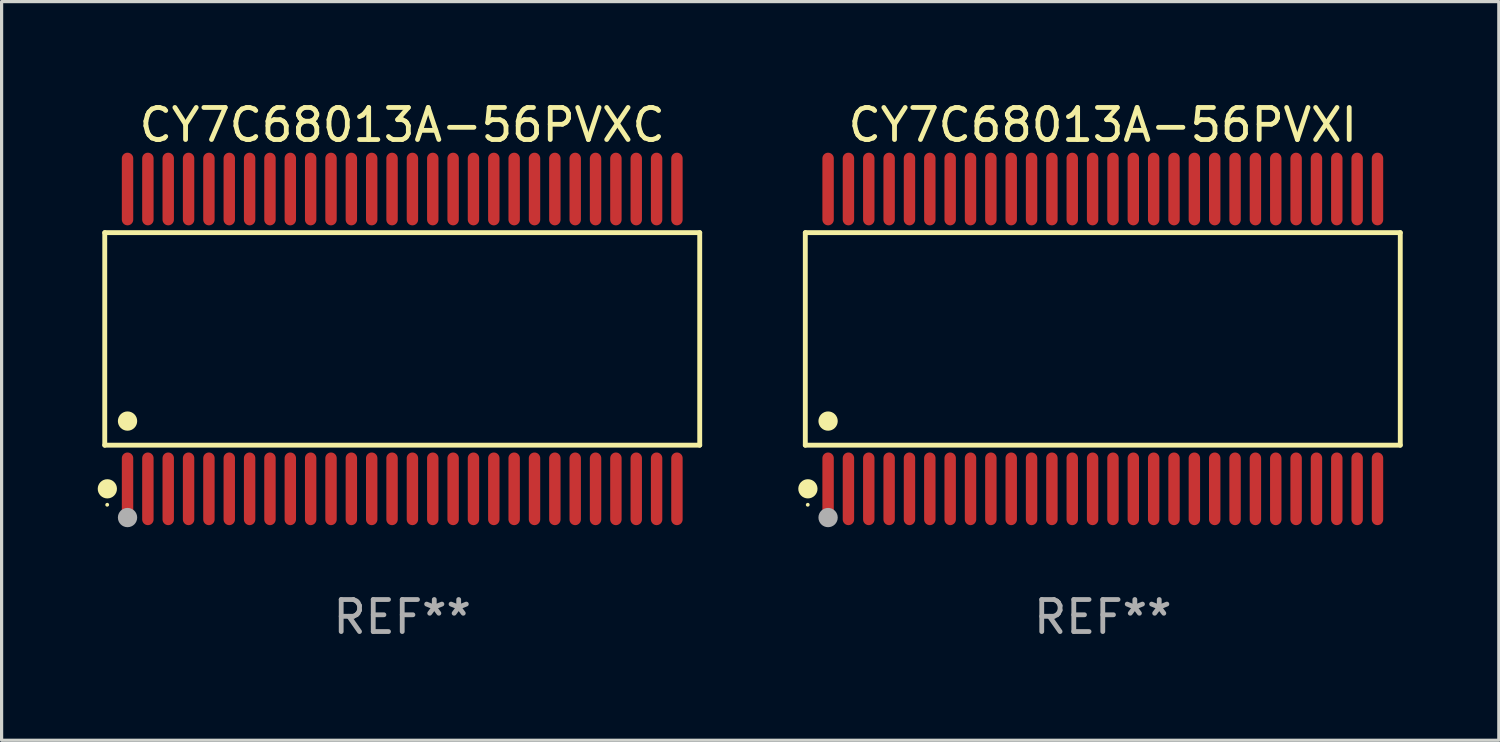
<source format=kicad_pcb>
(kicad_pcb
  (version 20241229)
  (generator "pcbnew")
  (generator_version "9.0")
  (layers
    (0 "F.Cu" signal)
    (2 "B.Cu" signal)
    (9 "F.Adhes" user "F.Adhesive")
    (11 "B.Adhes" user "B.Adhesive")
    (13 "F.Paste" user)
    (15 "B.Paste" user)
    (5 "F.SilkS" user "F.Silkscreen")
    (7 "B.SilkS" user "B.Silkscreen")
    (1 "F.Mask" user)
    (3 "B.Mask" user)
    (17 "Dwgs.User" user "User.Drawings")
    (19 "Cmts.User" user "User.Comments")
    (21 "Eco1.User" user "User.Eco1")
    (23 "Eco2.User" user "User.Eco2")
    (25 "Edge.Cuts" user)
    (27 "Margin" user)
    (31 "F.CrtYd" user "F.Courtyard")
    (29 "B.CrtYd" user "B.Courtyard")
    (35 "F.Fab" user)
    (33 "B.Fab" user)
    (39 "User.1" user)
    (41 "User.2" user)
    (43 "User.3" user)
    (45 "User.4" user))
  (footprint "CY7C68013A-56PVXC"
    (layer "F.Cu")
    (at 9.503 7.527)
    (property "Reference" "CY7C68013A-56PVXC" (at 0 -6.678 0) (layer "F.SilkS") (effects (font (size 1 1) (thickness 0.15))))
    (attr through_hole)
    (fp_line (start -9.284 -3.316) (end 9.284 -3.316) (stroke (width 0.152) (type solid)) (layer "F.SilkS"))
    (fp_line (start -9.284 3.316) (end -9.284 -3.316) (stroke (width 0.152) (type solid)) (layer "F.SilkS"))
    (fp_line (start 9.284 -3.316) (end 9.284 3.316) (stroke (width 0.152) (type solid)) (layer "F.SilkS"))
    (fp_line (start 9.284 3.316) (end -9.284 3.316) (stroke (width 0.152) (type solid)) (layer "F.SilkS"))
    (fp_circle (center -9.208 5.175) (end -9.178 5.175) (stroke (width 0.06) (type solid)) (fill no) (layer "F.SilkS"))
    (fp_circle (center -9.203 4.678) (end -9.053 4.678) (stroke (width 0.3) (type solid)) (fill no) (layer "F.SilkS"))
    (fp_circle (center -8.573 2.564) (end -8.422 2.564) (stroke (width 0.3) (type solid)) (fill no) (layer "F.SilkS"))
    (fp_circle (center -8.573 5.575) (end -8.422 5.575) (stroke (width 0.3) (type solid)) (fill no) (layer "F.Fab"))
    (fp_text user "REF**" (at 0 8.678 0) (layer "F.Fab") (effects (font (size 1 1) (thickness 0.15))))
    (pad "1" smd oval (at -8.573 4.678) (size 0.356 2.267) (layers "F.Cu" "F.Mask" "F.Paste"))
    (pad "2" smd oval (at -7.938 4.678) (size 0.356 2.267) (layers "F.Cu" "F.Mask" "F.Paste"))
    (pad "3" smd oval (at -7.303 4.678) (size 0.356 2.267) (layers "F.Cu" "F.Mask" "F.Paste"))
    (pad "4" smd oval (at -6.668 4.678) (size 0.356 2.267) (layers "F.Cu" "F.Mask" "F.Paste"))
    (pad "5" smd oval (at -6.033 4.678) (size 0.356 2.267) (layers "F.Cu" "F.Mask" "F.Paste"))
    (pad "6" smd oval (at -5.398 4.678) (size 0.356 2.267) (layers "F.Cu" "F.Mask" "F.Paste"))
    (pad "7" smd oval (at -4.763 4.678) (size 0.356 2.267) (layers "F.Cu" "F.Mask" "F.Paste"))
    (pad "8" smd oval (at -4.128 4.678) (size 0.356 2.267) (layers "F.Cu" "F.Mask" "F.Paste"))
    (pad "9" smd oval (at -3.493 4.678) (size 0.356 2.267) (layers "F.Cu" "F.Mask" "F.Paste"))
    (pad "10" smd oval (at -2.858 4.678) (size 0.356 2.267) (layers "F.Cu" "F.Mask" "F.Paste"))
    (pad "11" smd oval (at -2.223 4.678) (size 0.356 2.267) (layers "F.Cu" "F.Mask" "F.Paste"))
    (pad "12" smd oval (at -1.588 4.678) (size 0.356 2.267) (layers "F.Cu" "F.Mask" "F.Paste"))
    (pad "13" smd oval (at -0.953 4.678) (size 0.356 2.267) (layers "F.Cu" "F.Mask" "F.Paste"))
    (pad "14" smd oval (at -0.318 4.678) (size 0.356 2.267) (layers "F.Cu" "F.Mask" "F.Paste"))
    (pad "15" smd oval (at 0.318 4.678) (size 0.356 2.267) (layers "F.Cu" "F.Mask" "F.Paste"))
    (pad "16" smd oval (at 0.953 4.678) (size 0.356 2.267) (layers "F.Cu" "F.Mask" "F.Paste"))
    (pad "17" smd oval (at 1.588 4.678) (size 0.356 2.267) (layers "F.Cu" "F.Mask" "F.Paste"))
    (pad "18" smd oval (at 2.223 4.678) (size 0.356 2.267) (layers "F.Cu" "F.Mask" "F.Paste"))
    (pad "19" smd oval (at 2.858 4.678) (size 0.356 2.267) (layers "F.Cu" "F.Mask" "F.Paste"))
    (pad "20" smd oval (at 3.493 4.678) (size 0.356 2.267) (layers "F.Cu" "F.Mask" "F.Paste"))
    (pad "21" smd oval (at 4.128 4.678) (size 0.356 2.267) (layers "F.Cu" "F.Mask" "F.Paste"))
    (pad "22" smd oval (at 4.763 4.678) (size 0.356 2.267) (layers "F.Cu" "F.Mask" "F.Paste"))
    (pad "23" smd oval (at 5.398 4.678) (size 0.356 2.267) (layers "F.Cu" "F.Mask" "F.Paste"))
    (pad "24" smd oval (at 6.033 4.678) (size 0.356 2.267) (layers "F.Cu" "F.Mask" "F.Paste"))
    (pad "25" smd oval (at 6.668 4.678) (size 0.356 2.267) (layers "F.Cu" "F.Mask" "F.Paste"))
    (pad "26" smd oval (at 7.303 4.678) (size 0.356 2.267) (layers "F.Cu" "F.Mask" "F.Paste"))
    (pad "27" smd oval (at 7.938 4.678) (size 0.356 2.267) (layers "F.Cu" "F.Mask" "F.Paste"))
    (pad "28" smd oval (at 8.573 4.678) (size 0.356 2.267) (layers "F.Cu" "F.Mask" "F.Paste"))
    (pad "29" smd oval (at 8.573 -4.678) (size 0.356 2.267) (layers "F.Cu" "F.Mask" "F.Paste"))
    (pad "30" smd oval (at 7.938 -4.678) (size 0.356 2.267) (layers "F.Cu" "F.Mask" "F.Paste"))
    (pad "31" smd oval (at 7.303 -4.678) (size 0.356 2.267) (layers "F.Cu" "F.Mask" "F.Paste"))
    (pad "32" smd oval (at 6.668 -4.678) (size 0.356 2.267) (layers "F.Cu" "F.Mask" "F.Paste"))
    (pad "33" smd oval (at 6.033 -4.678) (size 0.356 2.267) (layers "F.Cu" "F.Mask" "F.Paste"))
    (pad "34" smd oval (at 5.398 -4.678) (size 0.356 2.267) (layers "F.Cu" "F.Mask" "F.Paste"))
    (pad "35" smd oval (at 4.763 -4.678) (size 0.356 2.267) (layers "F.Cu" "F.Mask" "F.Paste"))
    (pad "36" smd oval (at 4.128 -4.678) (size 0.356 2.267) (layers "F.Cu" "F.Mask" "F.Paste"))
    (pad "37" smd oval (at 3.493 -4.678) (size 0.356 2.267) (layers "F.Cu" "F.Mask" "F.Paste"))
    (pad "38" smd oval (at 2.858 -4.678) (size 0.356 2.267) (layers "F.Cu" "F.Mask" "F.Paste"))
    (pad "39" smd oval (at 2.223 -4.678) (size 0.356 2.267) (layers "F.Cu" "F.Mask" "F.Paste"))
    (pad "40" smd oval (at 1.588 -4.678) (size 0.356 2.267) (layers "F.Cu" "F.Mask" "F.Paste"))
    (pad "41" smd oval (at 0.953 -4.678) (size 0.356 2.267) (layers "F.Cu" "F.Mask" "F.Paste"))
    (pad "42" smd oval (at 0.318 -4.678) (size 0.356 2.267) (layers "F.Cu" "F.Mask" "F.Paste"))
    (pad "43" smd oval (at -0.318 -4.678) (size 0.356 2.267) (layers "F.Cu" "F.Mask" "F.Paste"))
    (pad "44" smd oval (at -0.953 -4.678) (size 0.356 2.267) (layers "F.Cu" "F.Mask" "F.Paste"))
    (pad "45" smd oval (at -1.588 -4.678) (size 0.356 2.267) (layers "F.Cu" "F.Mask" "F.Paste"))
    (pad "46" smd oval (at -2.223 -4.678) (size 0.356 2.267) (layers "F.Cu" "F.Mask" "F.Paste"))
    (pad "47" smd oval (at -2.858 -4.678) (size 0.356 2.267) (layers "F.Cu" "F.Mask" "F.Paste"))
    (pad "48" smd oval (at -3.493 -4.678) (size 0.356 2.267) (layers "F.Cu" "F.Mask" "F.Paste"))
    (pad "49" smd oval (at -4.128 -4.678) (size 0.356 2.267) (layers "F.Cu" "F.Mask" "F.Paste"))
    (pad "50" smd oval (at -4.763 -4.678) (size 0.356 2.267) (layers "F.Cu" "F.Mask" "F.Paste"))
    (pad "51" smd oval (at -5.398 -4.678) (size 0.356 2.267) (layers "F.Cu" "F.Mask" "F.Paste"))
    (pad "52" smd oval (at -6.033 -4.678) (size 0.356 2.267) (layers "F.Cu" "F.Mask" "F.Paste"))
    (pad "53" smd oval (at -6.668 -4.678) (size 0.356 2.267) (layers "F.Cu" "F.Mask" "F.Paste"))
    (pad "54" smd oval (at -7.303 -4.678) (size 0.356 2.267) (layers "F.Cu" "F.Mask" "F.Paste"))
    (pad "55" smd oval (at -7.938 -4.678) (size 0.356 2.267) (layers "F.Cu" "F.Mask" "F.Paste"))
    (pad "56" smd oval (at -8.573 -4.678) (size 0.356 2.267) (layers "F.Cu" "F.Mask" "F.Paste")))
  (footprint "CY7C68013A-56PVXI"
    (layer "F.Cu")
    (at 31.366 7.527)
    (property "Reference" "CY7C68013A-56PVXI" (at 0 -6.678 0) (layer "F.SilkS") (effects (font (size 1 1) (thickness 0.15))))
    (attr through_hole)
    (fp_line (start -9.284 -3.316) (end 9.284 -3.316) (stroke (width 0.152) (type solid)) (layer "F.SilkS"))
    (fp_line (start -9.284 3.316) (end -9.284 -3.316) (stroke (width 0.152) (type solid)) (layer "F.SilkS"))
    (fp_line (start 9.284 -3.316) (end 9.284 3.316) (stroke (width 0.152) (type solid)) (layer "F.SilkS"))
    (fp_line (start 9.284 3.316) (end -9.284 3.316) (stroke (width 0.152) (type solid)) (layer "F.SilkS"))
    (fp_circle (center -9.208 5.175) (end -9.178 5.175) (stroke (width 0.06) (type solid)) (fill no) (layer "F.SilkS"))
    (fp_circle (center -9.203 4.678) (end -9.053 4.678) (stroke (width 0.3) (type solid)) (fill no) (layer "F.SilkS"))
    (fp_circle (center -8.573 2.564) (end -8.422 2.564) (stroke (width 0.3) (type solid)) (fill no) (layer "F.SilkS"))
    (fp_circle (center -8.573 5.575) (end -8.422 5.575) (stroke (width 0.3) (type solid)) (fill no) (layer "F.Fab"))
    (fp_text user "REF**" (at 0 8.678 0) (layer "F.Fab") (effects (font (size 1 1) (thickness 0.15))))
    (pad "1" smd oval (at -8.573 4.678) (size 0.356 2.267) (layers "F.Cu" "F.Mask" "F.Paste"))
    (pad "2" smd oval (at -7.938 4.678) (size 0.356 2.267) (layers "F.Cu" "F.Mask" "F.Paste"))
    (pad "3" smd oval (at -7.303 4.678) (size 0.356 2.267) (layers "F.Cu" "F.Mask" "F.Paste"))
    (pad "4" smd oval (at -6.668 4.678) (size 0.356 2.267) (layers "F.Cu" "F.Mask" "F.Paste"))
    (pad "5" smd oval (at -6.033 4.678) (size 0.356 2.267) (layers "F.Cu" "F.Mask" "F.Paste"))
    (pad "6" smd oval (at -5.398 4.678) (size 0.356 2.267) (layers "F.Cu" "F.Mask" "F.Paste"))
    (pad "7" smd oval (at -4.763 4.678) (size 0.356 2.267) (layers "F.Cu" "F.Mask" "F.Paste"))
    (pad "8" smd oval (at -4.128 4.678) (size 0.356 2.267) (layers "F.Cu" "F.Mask" "F.Paste"))
    (pad "9" smd oval (at -3.493 4.678) (size 0.356 2.267) (layers "F.Cu" "F.Mask" "F.Paste"))
    (pad "10" smd oval (at -2.858 4.678) (size 0.356 2.267) (layers "F.Cu" "F.Mask" "F.Paste"))
    (pad "11" smd oval (at -2.223 4.678) (size 0.356 2.267) (layers "F.Cu" "F.Mask" "F.Paste"))
    (pad "12" smd oval (at -1.588 4.678) (size 0.356 2.267) (layers "F.Cu" "F.Mask" "F.Paste"))
    (pad "13" smd oval (at -0.953 4.678) (size 0.356 2.267) (layers "F.Cu" "F.Mask" "F.Paste"))
    (pad "14" smd oval (at -0.318 4.678) (size 0.356 2.267) (layers "F.Cu" "F.Mask" "F.Paste"))
    (pad "15" smd oval (at 0.318 4.678) (size 0.356 2.267) (layers "F.Cu" "F.Mask" "F.Paste"))
    (pad "16" smd oval (at 0.953 4.678) (size 0.356 2.267) (layers "F.Cu" "F.Mask" "F.Paste"))
    (pad "17" smd oval (at 1.588 4.678) (size 0.356 2.267) (layers "F.Cu" "F.Mask" "F.Paste"))
    (pad "18" smd oval (at 2.223 4.678) (size 0.356 2.267) (layers "F.Cu" "F.Mask" "F.Paste"))
    (pad "19" smd oval (at 2.858 4.678) (size 0.356 2.267) (layers "F.Cu" "F.Mask" "F.Paste"))
    (pad "20" smd oval (at 3.493 4.678) (size 0.356 2.267) (layers "F.Cu" "F.Mask" "F.Paste"))
    (pad "21" smd oval (at 4.128 4.678) (size 0.356 2.267) (layers "F.Cu" "F.Mask" "F.Paste"))
    (pad "22" smd oval (at 4.763 4.678) (size 0.356 2.267) (layers "F.Cu" "F.Mask" "F.Paste"))
    (pad "23" smd oval (at 5.398 4.678) (size 0.356 2.267) (layers "F.Cu" "F.Mask" "F.Paste"))
    (pad "24" smd oval (at 6.033 4.678) (size 0.356 2.267) (layers "F.Cu" "F.Mask" "F.Paste"))
    (pad "25" smd oval (at 6.668 4.678) (size 0.356 2.267) (layers "F.Cu" "F.Mask" "F.Paste"))
    (pad "26" smd oval (at 7.303 4.678) (size 0.356 2.267) (layers "F.Cu" "F.Mask" "F.Paste"))
    (pad "27" smd oval (at 7.938 4.678) (size 0.356 2.267) (layers "F.Cu" "F.Mask" "F.Paste"))
    (pad "28" smd oval (at 8.573 4.678) (size 0.356 2.267) (layers "F.Cu" "F.Mask" "F.Paste"))
    (pad "29" smd oval (at 8.573 -4.678) (size 0.356 2.267) (layers "F.Cu" "F.Mask" "F.Paste"))
    (pad "30" smd oval (at 7.938 -4.678) (size 0.356 2.267) (layers "F.Cu" "F.Mask" "F.Paste"))
    (pad "31" smd oval (at 7.303 -4.678) (size 0.356 2.267) (layers "F.Cu" "F.Mask" "F.Paste"))
    (pad "32" smd oval (at 6.668 -4.678) (size 0.356 2.267) (layers "F.Cu" "F.Mask" "F.Paste"))
    (pad "33" smd oval (at 6.033 -4.678) (size 0.356 2.267) (layers "F.Cu" "F.Mask" "F.Paste"))
    (pad "34" smd oval (at 5.398 -4.678) (size 0.356 2.267) (layers "F.Cu" "F.Mask" "F.Paste"))
    (pad "35" smd oval (at 4.763 -4.678) (size 0.356 2.267) (layers "F.Cu" "F.Mask" "F.Paste"))
    (pad "36" smd oval (at 4.128 -4.678) (size 0.356 2.267) (layers "F.Cu" "F.Mask" "F.Paste"))
    (pad "37" smd oval (at 3.493 -4.678) (size 0.356 2.267) (layers "F.Cu" "F.Mask" "F.Paste"))
    (pad "38" smd oval (at 2.858 -4.678) (size 0.356 2.267) (layers "F.Cu" "F.Mask" "F.Paste"))
    (pad "39" smd oval (at 2.223 -4.678) (size 0.356 2.267) (layers "F.Cu" "F.Mask" "F.Paste"))
    (pad "40" smd oval (at 1.588 -4.678) (size 0.356 2.267) (layers "F.Cu" "F.Mask" "F.Paste"))
    (pad "41" smd oval (at 0.953 -4.678) (size 0.356 2.267) (layers "F.Cu" "F.Mask" "F.Paste"))
    (pad "42" smd oval (at 0.318 -4.678) (size 0.356 2.267) (layers "F.Cu" "F.Mask" "F.Paste"))
    (pad "43" smd oval (at -0.318 -4.678) (size 0.356 2.267) (layers "F.Cu" "F.Mask" "F.Paste"))
    (pad "44" smd oval (at -0.953 -4.678) (size 0.356 2.267) (layers "F.Cu" "F.Mask" "F.Paste"))
    (pad "45" smd oval (at -1.588 -4.678) (size 0.356 2.267) (layers "F.Cu" "F.Mask" "F.Paste"))
    (pad "46" smd oval (at -2.223 -4.678) (size 0.356 2.267) (layers "F.Cu" "F.Mask" "F.Paste"))
    (pad "47" smd oval (at -2.858 -4.678) (size 0.356 2.267) (layers "F.Cu" "F.Mask" "F.Paste"))
    (pad "48" smd oval (at -3.493 -4.678) (size 0.356 2.267) (layers "F.Cu" "F.Mask" "F.Paste"))
    (pad "49" smd oval (at -4.128 -4.678) (size 0.356 2.267) (layers "F.Cu" "F.Mask" "F.Paste"))
    (pad "50" smd oval (at -4.763 -4.678) (size 0.356 2.267) (layers "F.Cu" "F.Mask" "F.Paste"))
    (pad "51" smd oval (at -5.398 -4.678) (size 0.356 2.267) (layers "F.Cu" "F.Mask" "F.Paste"))
    (pad "52" smd oval (at -6.033 -4.678) (size 0.356 2.267) (layers "F.Cu" "F.Mask" "F.Paste"))
    (pad "53" smd oval (at -6.668 -4.678) (size 0.356 2.267) (layers "F.Cu" "F.Mask" "F.Paste"))
    (pad "54" smd oval (at -7.303 -4.678) (size 0.356 2.267) (layers "F.Cu" "F.Mask" "F.Paste"))
    (pad "55" smd oval (at -7.938 -4.678) (size 0.356 2.267) (layers "F.Cu" "F.Mask" "F.Paste"))
    (pad "56" smd oval (at -8.573 -4.678) (size 0.356 2.267) (layers "F.Cu" "F.Mask" "F.Paste")))
  (gr_rect
    (start -3 -3)
    (end 43.725 20.053)
    (stroke (width 0.1) (type default))
    (fill no)
    (layer "Edge.Cuts")))
</source>
